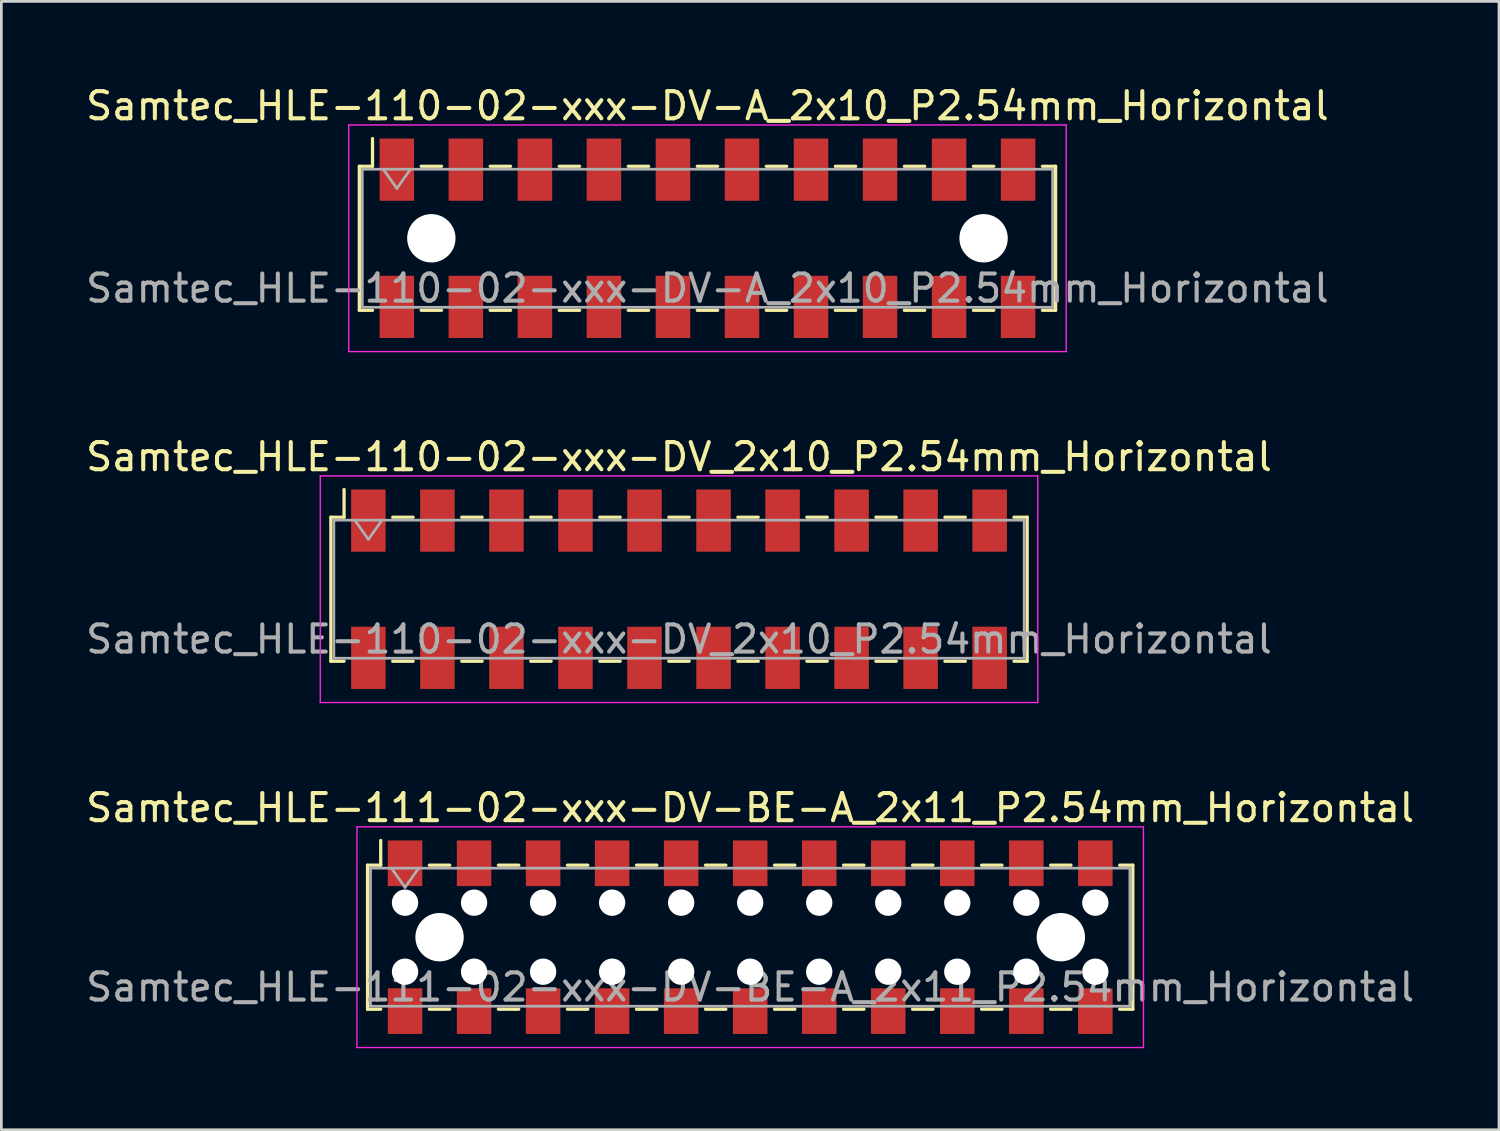
<source format=kicad_pcb>
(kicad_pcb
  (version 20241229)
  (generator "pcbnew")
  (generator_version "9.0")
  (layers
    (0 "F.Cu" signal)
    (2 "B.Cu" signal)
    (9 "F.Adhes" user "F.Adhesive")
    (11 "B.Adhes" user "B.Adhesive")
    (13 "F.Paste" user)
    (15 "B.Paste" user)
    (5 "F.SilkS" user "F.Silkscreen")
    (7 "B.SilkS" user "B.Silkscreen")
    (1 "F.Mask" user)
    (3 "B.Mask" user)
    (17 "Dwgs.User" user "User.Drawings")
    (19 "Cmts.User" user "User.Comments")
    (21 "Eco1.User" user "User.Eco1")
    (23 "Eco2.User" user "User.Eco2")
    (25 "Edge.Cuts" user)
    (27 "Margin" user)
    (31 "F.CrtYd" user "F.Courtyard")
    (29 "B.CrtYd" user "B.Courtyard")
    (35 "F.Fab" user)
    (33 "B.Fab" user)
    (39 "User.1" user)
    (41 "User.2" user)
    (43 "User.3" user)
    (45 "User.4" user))
  (footprint "Samtec_HLE-110-02-xxx-DV-A_2x10_P2.54mm_Horizontal"
    (layer "F.Cu")
    (at 22.982 5.718)
    (property "Reference" "Samtec_HLE-110-02-xxx-DV-A_2x10_P2.54mm_Horizontal" (at 0 -4.87 0) (layer "F.SilkS") (effects (font (size 1 1) (thickness 0.15))))
    (attr smd)
    (fp_line (start -12.81 -2.65) (end -12.81 2.65) (stroke (width 0.12) (type solid)) (layer "F.SilkS"))
    (fp_line (start -12.81 2.65) (end -12.325 2.65) (stroke (width 0.12) (type solid)) (layer "F.SilkS"))
    (fp_line (start -12.325 -3.67) (end -12.325 -2.65) (stroke (width 0.12) (type solid)) (layer "F.SilkS"))
    (fp_line (start -12.325 -2.65) (end -12.81 -2.65) (stroke (width 0.12) (type solid)) (layer "F.SilkS"))
    (fp_line (start -10.535 -2.65) (end -9.785 -2.65) (stroke (width 0.12) (type solid)) (layer "F.SilkS"))
    (fp_line (start -10.535 2.65) (end -9.785 2.65) (stroke (width 0.12) (type solid)) (layer "F.SilkS"))
    (fp_line (start -7.995 -2.65) (end -7.245 -2.65) (stroke (width 0.12) (type solid)) (layer "F.SilkS"))
    (fp_line (start -7.995 2.65) (end -7.245 2.65) (stroke (width 0.12) (type solid)) (layer "F.SilkS"))
    (fp_line (start -5.455 -2.65) (end -4.705 -2.65) (stroke (width 0.12) (type solid)) (layer "F.SilkS"))
    (fp_line (start -5.455 2.65) (end -4.705 2.65) (stroke (width 0.12) (type solid)) (layer "F.SilkS"))
    (fp_line (start -2.915 -2.65) (end -2.165 -2.65) (stroke (width 0.12) (type solid)) (layer "F.SilkS"))
    (fp_line (start -2.915 2.65) (end -2.165 2.65) (stroke (width 0.12) (type solid)) (layer "F.SilkS"))
    (fp_line (start -0.375 -2.65) (end 0.375 -2.65) (stroke (width 0.12) (type solid)) (layer "F.SilkS"))
    (fp_line (start -0.375 2.65) (end 0.375 2.65) (stroke (width 0.12) (type solid)) (layer "F.SilkS"))
    (fp_line (start 2.165 -2.65) (end 2.915 -2.65) (stroke (width 0.12) (type solid)) (layer "F.SilkS"))
    (fp_line (start 2.165 2.65) (end 2.915 2.65) (stroke (width 0.12) (type solid)) (layer "F.SilkS"))
    (fp_line (start 4.705 -2.65) (end 5.455 -2.65) (stroke (width 0.12) (type solid)) (layer "F.SilkS"))
    (fp_line (start 4.705 2.65) (end 5.455 2.65) (stroke (width 0.12) (type solid)) (layer "F.SilkS"))
    (fp_line (start 7.245 -2.65) (end 7.995 -2.65) (stroke (width 0.12) (type solid)) (layer "F.SilkS"))
    (fp_line (start 7.245 2.65) (end 7.995 2.65) (stroke (width 0.12) (type solid)) (layer "F.SilkS"))
    (fp_line (start 9.785 -2.65) (end 10.535 -2.65) (stroke (width 0.12) (type solid)) (layer "F.SilkS"))
    (fp_line (start 9.785 2.65) (end 10.535 2.65) (stroke (width 0.12) (type solid)) (layer "F.SilkS"))
    (fp_line (start 12.325 -2.65) (end 12.81 -2.65) (stroke (width 0.12) (type solid)) (layer "F.SilkS"))
    (fp_line (start 12.81 -2.65) (end 12.81 2.65) (stroke (width 0.12) (type solid)) (layer "F.SilkS"))
    (fp_line (start 12.81 2.65) (end 12.325 2.65) (stroke (width 0.12) (type solid)) (layer "F.SilkS"))
    (fp_line (start -13.2 -4.17) (end 13.2 -4.17) (stroke (width 0.05) (type solid)) (layer "F.CrtYd"))
    (fp_line (start -13.2 4.17) (end -13.2 -4.17) (stroke (width 0.05) (type solid)) (layer "F.CrtYd"))
    (fp_line (start 13.2 -4.17) (end 13.2 4.17) (stroke (width 0.05) (type solid)) (layer "F.CrtYd"))
    (fp_line (start 13.2 4.17) (end -13.2 4.17) (stroke (width 0.05) (type solid)) (layer "F.CrtYd"))
    (fp_line (start -12.7 -2.54) (end 12.7 -2.54) (stroke (width 0.1) (type solid)) (layer "F.Fab"))
    (fp_line (start -12.7 2.54) (end -12.7 -2.54) (stroke (width 0.1) (type solid)) (layer "F.Fab"))
    (fp_line (start -11.93 -2.54) (end -11.43 -1.833) (stroke (width 0.1) (type solid)) (layer "F.Fab"))
    (fp_line (start -11.43 -1.833) (end -10.93 -2.54) (stroke (width 0.1) (type solid)) (layer "F.Fab"))
    (fp_line (start 12.7 -2.54) (end 12.7 2.54) (stroke (width 0.1) (type solid)) (layer "F.Fab"))
    (fp_line (start 12.7 2.54) (end -12.7 2.54) (stroke (width 0.1) (type solid)) (layer "F.Fab"))
    (fp_text user "${REFERENCE}" (at 0 1.84 0) (layer "F.Fab") (effects (font (size 1 1) (thickness 0.15))))
    (pad "" np_thru_hole circle (at -10.16 0) (size 1.78 1.78) (drill 1.78) (layers "*.Cu" "*.Mask"))
    (pad "" np_thru_hole circle (at 10.16 0) (size 1.78 1.78) (drill 1.78) (layers "*.Cu" "*.Mask"))
    (pad "1" smd rect (at -11.43 -2.525) (size 1.27 2.29) (layers "F.Cu" "F.Mask" "F.Paste"))
    (pad "2" smd rect (at -11.43 2.525) (size 1.27 2.29) (layers "F.Cu" "F.Mask" "F.Paste"))
    (pad "3" smd rect (at -8.89 -2.525) (size 1.27 2.29) (layers "F.Cu" "F.Mask" "F.Paste"))
    (pad "4" smd rect (at -8.89 2.525) (size 1.27 2.29) (layers "F.Cu" "F.Mask" "F.Paste"))
    (pad "5" smd rect (at -6.35 -2.525) (size 1.27 2.29) (layers "F.Cu" "F.Mask" "F.Paste"))
    (pad "6" smd rect (at -6.35 2.525) (size 1.27 2.29) (layers "F.Cu" "F.Mask" "F.Paste"))
    (pad "7" smd rect (at -3.81 -2.525) (size 1.27 2.29) (layers "F.Cu" "F.Mask" "F.Paste"))
    (pad "8" smd rect (at -3.81 2.525) (size 1.27 2.29) (layers "F.Cu" "F.Mask" "F.Paste"))
    (pad "9" smd rect (at -1.27 -2.525) (size 1.27 2.29) (layers "F.Cu" "F.Mask" "F.Paste"))
    (pad "10" smd rect (at -1.27 2.525) (size 1.27 2.29) (layers "F.Cu" "F.Mask" "F.Paste"))
    (pad "11" smd rect (at 1.27 -2.525) (size 1.27 2.29) (layers "F.Cu" "F.Mask" "F.Paste"))
    (pad "12" smd rect (at 1.27 2.525) (size 1.27 2.29) (layers "F.Cu" "F.Mask" "F.Paste"))
    (pad "13" smd rect (at 3.81 -2.525) (size 1.27 2.29) (layers "F.Cu" "F.Mask" "F.Paste"))
    (pad "14" smd rect (at 3.81 2.525) (size 1.27 2.29) (layers "F.Cu" "F.Mask" "F.Paste"))
    (pad "15" smd rect (at 6.35 -2.525) (size 1.27 2.29) (layers "F.Cu" "F.Mask" "F.Paste"))
    (pad "16" smd rect (at 6.35 2.525) (size 1.27 2.29) (layers "F.Cu" "F.Mask" "F.Paste"))
    (pad "17" smd rect (at 8.89 -2.525) (size 1.27 2.29) (layers "F.Cu" "F.Mask" "F.Paste"))
    (pad "18" smd rect (at 8.89 2.525) (size 1.27 2.29) (layers "F.Cu" "F.Mask" "F.Paste"))
    (pad "19" smd rect (at 11.43 -2.525) (size 1.27 2.29) (layers "F.Cu" "F.Mask" "F.Paste"))
    (pad "20" smd rect (at 11.43 2.525) (size 1.27 2.29) (layers "F.Cu" "F.Mask" "F.Paste")))
  (footprint "Samtec_HLE-110-02-xxx-DV_2x10_P2.54mm_Horizontal"
    (layer "F.Cu")
    (at 21.935 18.631)
    (property "Reference" "Samtec_HLE-110-02-xxx-DV_2x10_P2.54mm_Horizontal" (at 0 -4.87 0) (layer "F.SilkS") (effects (font (size 1 1) (thickness 0.15))))
    (attr smd)
    (fp_line (start -12.81 -2.65) (end -12.81 2.65) (stroke (width 0.12) (type solid)) (layer "F.SilkS"))
    (fp_line (start -12.81 2.65) (end -12.325 2.65) (stroke (width 0.12) (type solid)) (layer "F.SilkS"))
    (fp_line (start -12.325 -3.67) (end -12.325 -2.65) (stroke (width 0.12) (type solid)) (layer "F.SilkS"))
    (fp_line (start -12.325 -2.65) (end -12.81 -2.65) (stroke (width 0.12) (type solid)) (layer "F.SilkS"))
    (fp_line (start -10.535 -2.65) (end -9.785 -2.65) (stroke (width 0.12) (type solid)) (layer "F.SilkS"))
    (fp_line (start -10.535 2.65) (end -9.785 2.65) (stroke (width 0.12) (type solid)) (layer "F.SilkS"))
    (fp_line (start -7.995 -2.65) (end -7.245 -2.65) (stroke (width 0.12) (type solid)) (layer "F.SilkS"))
    (fp_line (start -7.995 2.65) (end -7.245 2.65) (stroke (width 0.12) (type solid)) (layer "F.SilkS"))
    (fp_line (start -5.455 -2.65) (end -4.705 -2.65) (stroke (width 0.12) (type solid)) (layer "F.SilkS"))
    (fp_line (start -5.455 2.65) (end -4.705 2.65) (stroke (width 0.12) (type solid)) (layer "F.SilkS"))
    (fp_line (start -2.915 -2.65) (end -2.165 -2.65) (stroke (width 0.12) (type solid)) (layer "F.SilkS"))
    (fp_line (start -2.915 2.65) (end -2.165 2.65) (stroke (width 0.12) (type solid)) (layer "F.SilkS"))
    (fp_line (start -0.375 -2.65) (end 0.375 -2.65) (stroke (width 0.12) (type solid)) (layer "F.SilkS"))
    (fp_line (start -0.375 2.65) (end 0.375 2.65) (stroke (width 0.12) (type solid)) (layer "F.SilkS"))
    (fp_line (start 2.165 -2.65) (end 2.915 -2.65) (stroke (width 0.12) (type solid)) (layer "F.SilkS"))
    (fp_line (start 2.165 2.65) (end 2.915 2.65) (stroke (width 0.12) (type solid)) (layer "F.SilkS"))
    (fp_line (start 4.705 -2.65) (end 5.455 -2.65) (stroke (width 0.12) (type solid)) (layer "F.SilkS"))
    (fp_line (start 4.705 2.65) (end 5.455 2.65) (stroke (width 0.12) (type solid)) (layer "F.SilkS"))
    (fp_line (start 7.245 -2.65) (end 7.995 -2.65) (stroke (width 0.12) (type solid)) (layer "F.SilkS"))
    (fp_line (start 7.245 2.65) (end 7.995 2.65) (stroke (width 0.12) (type solid)) (layer "F.SilkS"))
    (fp_line (start 9.785 -2.65) (end 10.535 -2.65) (stroke (width 0.12) (type solid)) (layer "F.SilkS"))
    (fp_line (start 9.785 2.65) (end 10.535 2.65) (stroke (width 0.12) (type solid)) (layer "F.SilkS"))
    (fp_line (start 12.325 -2.65) (end 12.81 -2.65) (stroke (width 0.12) (type solid)) (layer "F.SilkS"))
    (fp_line (start 12.81 -2.65) (end 12.81 2.65) (stroke (width 0.12) (type solid)) (layer "F.SilkS"))
    (fp_line (start 12.81 2.65) (end 12.325 2.65) (stroke (width 0.12) (type solid)) (layer "F.SilkS"))
    (fp_line (start -13.2 -4.17) (end 13.2 -4.17) (stroke (width 0.05) (type solid)) (layer "F.CrtYd"))
    (fp_line (start -13.2 4.17) (end -13.2 -4.17) (stroke (width 0.05) (type solid)) (layer "F.CrtYd"))
    (fp_line (start 13.2 -4.17) (end 13.2 4.17) (stroke (width 0.05) (type solid)) (layer "F.CrtYd"))
    (fp_line (start 13.2 4.17) (end -13.2 4.17) (stroke (width 0.05) (type solid)) (layer "F.CrtYd"))
    (fp_line (start -12.7 -2.54) (end 12.7 -2.54) (stroke (width 0.1) (type solid)) (layer "F.Fab"))
    (fp_line (start -12.7 2.54) (end -12.7 -2.54) (stroke (width 0.1) (type solid)) (layer "F.Fab"))
    (fp_line (start -11.93 -2.54) (end -11.43 -1.833) (stroke (width 0.1) (type solid)) (layer "F.Fab"))
    (fp_line (start -11.43 -1.833) (end -10.93 -2.54) (stroke (width 0.1) (type solid)) (layer "F.Fab"))
    (fp_line (start 12.7 -2.54) (end 12.7 2.54) (stroke (width 0.1) (type solid)) (layer "F.Fab"))
    (fp_line (start 12.7 2.54) (end -12.7 2.54) (stroke (width 0.1) (type solid)) (layer "F.Fab"))
    (fp_text user "${REFERENCE}" (at 0 1.84 0) (layer "F.Fab") (effects (font (size 1 1) (thickness 0.15))))
    (pad "1" smd rect (at -11.43 -2.525) (size 1.27 2.29) (layers "F.Cu" "F.Mask" "F.Paste"))
    (pad "2" smd rect (at -11.43 2.525) (size 1.27 2.29) (layers "F.Cu" "F.Mask" "F.Paste"))
    (pad "3" smd rect (at -8.89 -2.525) (size 1.27 2.29) (layers "F.Cu" "F.Mask" "F.Paste"))
    (pad "4" smd rect (at -8.89 2.525) (size 1.27 2.29) (layers "F.Cu" "F.Mask" "F.Paste"))
    (pad "5" smd rect (at -6.35 -2.525) (size 1.27 2.29) (layers "F.Cu" "F.Mask" "F.Paste"))
    (pad "6" smd rect (at -6.35 2.525) (size 1.27 2.29) (layers "F.Cu" "F.Mask" "F.Paste"))
    (pad "7" smd rect (at -3.81 -2.525) (size 1.27 2.29) (layers "F.Cu" "F.Mask" "F.Paste"))
    (pad "8" smd rect (at -3.81 2.525) (size 1.27 2.29) (layers "F.Cu" "F.Mask" "F.Paste"))
    (pad "9" smd rect (at -1.27 -2.525) (size 1.27 2.29) (layers "F.Cu" "F.Mask" "F.Paste"))
    (pad "10" smd rect (at -1.27 2.525) (size 1.27 2.29) (layers "F.Cu" "F.Mask" "F.Paste"))
    (pad "11" smd rect (at 1.27 -2.525) (size 1.27 2.29) (layers "F.Cu" "F.Mask" "F.Paste"))
    (pad "12" smd rect (at 1.27 2.525) (size 1.27 2.29) (layers "F.Cu" "F.Mask" "F.Paste"))
    (pad "13" smd rect (at 3.81 -2.525) (size 1.27 2.29) (layers "F.Cu" "F.Mask" "F.Paste"))
    (pad "14" smd rect (at 3.81 2.525) (size 1.27 2.29) (layers "F.Cu" "F.Mask" "F.Paste"))
    (pad "15" smd rect (at 6.35 -2.525) (size 1.27 2.29) (layers "F.Cu" "F.Mask" "F.Paste"))
    (pad "16" smd rect (at 6.35 2.525) (size 1.27 2.29) (layers "F.Cu" "F.Mask" "F.Paste"))
    (pad "17" smd rect (at 8.89 -2.525) (size 1.27 2.29) (layers "F.Cu" "F.Mask" "F.Paste"))
    (pad "18" smd rect (at 8.89 2.525) (size 1.27 2.29) (layers "F.Cu" "F.Mask" "F.Paste"))
    (pad "19" smd rect (at 11.43 -2.525) (size 1.27 2.29) (layers "F.Cu" "F.Mask" "F.Paste"))
    (pad "20" smd rect (at 11.43 2.525) (size 1.27 2.29) (layers "F.Cu" "F.Mask" "F.Paste")))
  (footprint "Samtec_HLE-111-02-xxx-DV-BE-A_2x11_P2.54mm_Horizontal"
    (layer "F.Cu")
    (at 24.554 31.435)
    (property "Reference" "Samtec_HLE-111-02-xxx-DV-BE-A_2x11_P2.54mm_Horizontal" (at 0 -4.76 0) (layer "F.SilkS") (effects (font (size 1 1) (thickness 0.15))))
    (attr smd)
    (fp_line (start -14.08 -2.65) (end -14.08 2.65) (stroke (width 0.12) (type solid)) (layer "F.SilkS"))
    (fp_line (start -14.08 2.65) (end -13.595 2.65) (stroke (width 0.12) (type solid)) (layer "F.SilkS"))
    (fp_line (start -13.595 -3.56) (end -13.595 -2.65) (stroke (width 0.12) (type solid)) (layer "F.SilkS"))
    (fp_line (start -13.595 -2.65) (end -14.08 -2.65) (stroke (width 0.12) (type solid)) (layer "F.SilkS"))
    (fp_line (start -11.805 -2.65) (end -11.055 -2.65) (stroke (width 0.12) (type solid)) (layer "F.SilkS"))
    (fp_line (start -11.805 2.65) (end -11.055 2.65) (stroke (width 0.12) (type solid)) (layer "F.SilkS"))
    (fp_line (start -9.265 -2.65) (end -8.515 -2.65) (stroke (width 0.12) (type solid)) (layer "F.SilkS"))
    (fp_line (start -9.265 2.65) (end -8.515 2.65) (stroke (width 0.12) (type solid)) (layer "F.SilkS"))
    (fp_line (start -6.725 -2.65) (end -5.975 -2.65) (stroke (width 0.12) (type solid)) (layer "F.SilkS"))
    (fp_line (start -6.725 2.65) (end -5.975 2.65) (stroke (width 0.12) (type solid)) (layer "F.SilkS"))
    (fp_line (start -4.185 -2.65) (end -3.435 -2.65) (stroke (width 0.12) (type solid)) (layer "F.SilkS"))
    (fp_line (start -4.185 2.65) (end -3.435 2.65) (stroke (width 0.12) (type solid)) (layer "F.SilkS"))
    (fp_line (start -1.645 -2.65) (end -0.895 -2.65) (stroke (width 0.12) (type solid)) (layer "F.SilkS"))
    (fp_line (start -1.645 2.65) (end -0.895 2.65) (stroke (width 0.12) (type solid)) (layer "F.SilkS"))
    (fp_line (start 0.895 -2.65) (end 1.645 -2.65) (stroke (width 0.12) (type solid)) (layer "F.SilkS"))
    (fp_line (start 0.895 2.65) (end 1.645 2.65) (stroke (width 0.12) (type solid)) (layer "F.SilkS"))
    (fp_line (start 3.435 -2.65) (end 4.185 -2.65) (stroke (width 0.12) (type solid)) (layer "F.SilkS"))
    (fp_line (start 3.435 2.65) (end 4.185 2.65) (stroke (width 0.12) (type solid)) (layer "F.SilkS"))
    (fp_line (start 5.975 -2.65) (end 6.725 -2.65) (stroke (width 0.12) (type solid)) (layer "F.SilkS"))
    (fp_line (start 5.975 2.65) (end 6.725 2.65) (stroke (width 0.12) (type solid)) (layer "F.SilkS"))
    (fp_line (start 8.515 -2.65) (end 9.265 -2.65) (stroke (width 0.12) (type solid)) (layer "F.SilkS"))
    (fp_line (start 8.515 2.65) (end 9.265 2.65) (stroke (width 0.12) (type solid)) (layer "F.SilkS"))
    (fp_line (start 11.055 -2.65) (end 11.805 -2.65) (stroke (width 0.12) (type solid)) (layer "F.SilkS"))
    (fp_line (start 11.055 2.65) (end 11.805 2.65) (stroke (width 0.12) (type solid)) (layer "F.SilkS"))
    (fp_line (start 13.595 -2.65) (end 14.08 -2.65) (stroke (width 0.12) (type solid)) (layer "F.SilkS"))
    (fp_line (start 14.08 -2.65) (end 14.08 2.65) (stroke (width 0.12) (type solid)) (layer "F.SilkS"))
    (fp_line (start 14.08 2.65) (end 13.595 2.65) (stroke (width 0.12) (type solid)) (layer "F.SilkS"))
    (fp_line (start -14.47 -4.06) (end 14.47 -4.06) (stroke (width 0.05) (type solid)) (layer "F.CrtYd"))
    (fp_line (start -14.47 4.06) (end -14.47 -4.06) (stroke (width 0.05) (type solid)) (layer "F.CrtYd"))
    (fp_line (start 14.47 -4.06) (end 14.47 4.06) (stroke (width 0.05) (type solid)) (layer "F.CrtYd"))
    (fp_line (start 14.47 4.06) (end -14.47 4.06) (stroke (width 0.05) (type solid)) (layer "F.CrtYd"))
    (fp_line (start -13.97 -2.54) (end 13.97 -2.54) (stroke (width 0.1) (type solid)) (layer "F.Fab"))
    (fp_line (start -13.97 2.54) (end -13.97 -2.54) (stroke (width 0.1) (type solid)) (layer "F.Fab"))
    (fp_line (start -13.2 -2.54) (end -12.7 -1.833) (stroke (width 0.1) (type solid)) (layer "F.Fab"))
    (fp_line (start -12.7 -1.833) (end -12.2 -2.54) (stroke (width 0.1) (type solid)) (layer "F.Fab"))
    (fp_line (start 13.97 -2.54) (end 13.97 2.54) (stroke (width 0.1) (type solid)) (layer "F.Fab"))
    (fp_line (start 13.97 2.54) (end -13.97 2.54) (stroke (width 0.1) (type solid)) (layer "F.Fab"))
    (fp_text user "${REFERENCE}" (at 0 1.84 0) (layer "F.Fab") (effects (font (size 1 1) (thickness 0.15))))
    (pad "" np_thru_hole circle (at -12.7 -1.27) (size 0.97 0.97) (drill 0.97) (layers "*.Cu" "*.Mask"))
    (pad "" np_thru_hole circle (at -12.7 1.27) (size 0.97 0.97) (drill 0.97) (layers "*.Cu" "*.Mask"))
    (pad "" np_thru_hole circle (at -11.43 0) (size 1.78 1.78) (drill 1.78) (layers "*.Cu" "*.Mask"))
    (pad "" np_thru_hole circle (at -10.16 -1.27) (size 0.97 0.97) (drill 0.97) (layers "*.Cu" "*.Mask"))
    (pad "" np_thru_hole circle (at -10.16 1.27) (size 0.97 0.97) (drill 0.97) (layers "*.Cu" "*.Mask"))
    (pad "" np_thru_hole circle (at -7.62 -1.27) (size 0.97 0.97) (drill 0.97) (layers "*.Cu" "*.Mask"))
    (pad "" np_thru_hole circle (at -7.62 1.27) (size 0.97 0.97) (drill 0.97) (layers "*.Cu" "*.Mask"))
    (pad "" np_thru_hole circle (at -5.08 -1.27) (size 0.97 0.97) (drill 0.97) (layers "*.Cu" "*.Mask"))
    (pad "" np_thru_hole circle (at -5.08 1.27) (size 0.97 0.97) (drill 0.97) (layers "*.Cu" "*.Mask"))
    (pad "" np_thru_hole circle (at -2.54 -1.27) (size 0.97 0.97) (drill 0.97) (layers "*.Cu" "*.Mask"))
    (pad "" np_thru_hole circle (at -2.54 1.27) (size 0.97 0.97) (drill 0.97) (layers "*.Cu" "*.Mask"))
    (pad "" np_thru_hole circle (at 0 -1.27) (size 0.97 0.97) (drill 0.97) (layers "*.Cu" "*.Mask"))
    (pad "" np_thru_hole circle (at 0 1.27) (size 0.97 0.97) (drill 0.97) (layers "*.Cu" "*.Mask"))
    (pad "" np_thru_hole circle (at 2.54 -1.27) (size 0.97 0.97) (drill 0.97) (layers "*.Cu" "*.Mask"))
    (pad "" np_thru_hole circle (at 2.54 1.27) (size 0.97 0.97) (drill 0.97) (layers "*.Cu" "*.Mask"))
    (pad "" np_thru_hole circle (at 5.08 -1.27) (size 0.97 0.97) (drill 0.97) (layers "*.Cu" "*.Mask"))
    (pad "" np_thru_hole circle (at 5.08 1.27) (size 0.97 0.97) (drill 0.97) (layers "*.Cu" "*.Mask"))
    (pad "" np_thru_hole circle (at 7.62 -1.27) (size 0.97 0.97) (drill 0.97) (layers "*.Cu" "*.Mask"))
    (pad "" np_thru_hole circle (at 7.62 1.27) (size 0.97 0.97) (drill 0.97) (layers "*.Cu" "*.Mask"))
    (pad "" np_thru_hole circle (at 10.16 -1.27) (size 0.97 0.97) (drill 0.97) (layers "*.Cu" "*.Mask"))
    (pad "" np_thru_hole circle (at 10.16 1.27) (size 0.97 0.97) (drill 0.97) (layers "*.Cu" "*.Mask"))
    (pad "" np_thru_hole circle (at 11.43 0) (size 1.78 1.78) (drill 1.78) (layers "*.Cu" "*.Mask"))
    (pad "" np_thru_hole circle (at 12.7 -1.27) (size 0.97 0.97) (drill 0.97) (layers "*.Cu" "*.Mask"))
    (pad "" np_thru_hole circle (at 12.7 1.27) (size 0.97 0.97) (drill 0.97) (layers "*.Cu" "*.Mask"))
    (pad "1" smd rect (at -12.7 -2.72) (size 1.27 1.68) (layers "F.Cu" "F.Mask" "F.Paste"))
    (pad "2" smd rect (at -12.7 2.72) (size 1.27 1.68) (layers "F.Cu" "F.Mask" "F.Paste"))
    (pad "3" smd rect (at -10.16 -2.72) (size 1.27 1.68) (layers "F.Cu" "F.Mask" "F.Paste"))
    (pad "4" smd rect (at -10.16 2.72) (size 1.27 1.68) (layers "F.Cu" "F.Mask" "F.Paste"))
    (pad "5" smd rect (at -7.62 -2.72) (size 1.27 1.68) (layers "F.Cu" "F.Mask" "F.Paste"))
    (pad "6" smd rect (at -7.62 2.72) (size 1.27 1.68) (layers "F.Cu" "F.Mask" "F.Paste"))
    (pad "7" smd rect (at -5.08 -2.72) (size 1.27 1.68) (layers "F.Cu" "F.Mask" "F.Paste"))
    (pad "8" smd rect (at -5.08 2.72) (size 1.27 1.68) (layers "F.Cu" "F.Mask" "F.Paste"))
    (pad "9" smd rect (at -2.54 -2.72) (size 1.27 1.68) (layers "F.Cu" "F.Mask" "F.Paste"))
    (pad "10" smd rect (at -2.54 2.72) (size 1.27 1.68) (layers "F.Cu" "F.Mask" "F.Paste"))
    (pad "11" smd rect (at 0 -2.72) (size 1.27 1.68) (layers "F.Cu" "F.Mask" "F.Paste"))
    (pad "12" smd rect (at 0 2.72) (size 1.27 1.68) (layers "F.Cu" "F.Mask" "F.Paste"))
    (pad "13" smd rect (at 2.54 -2.72) (size 1.27 1.68) (layers "F.Cu" "F.Mask" "F.Paste"))
    (pad "14" smd rect (at 2.54 2.72) (size 1.27 1.68) (layers "F.Cu" "F.Mask" "F.Paste"))
    (pad "15" smd rect (at 5.08 -2.72) (size 1.27 1.68) (layers "F.Cu" "F.Mask" "F.Paste"))
    (pad "16" smd rect (at 5.08 2.72) (size 1.27 1.68) (layers "F.Cu" "F.Mask" "F.Paste"))
    (pad "17" smd rect (at 7.62 -2.72) (size 1.27 1.68) (layers "F.Cu" "F.Mask" "F.Paste"))
    (pad "18" smd rect (at 7.62 2.72) (size 1.27 1.68) (layers "F.Cu" "F.Mask" "F.Paste"))
    (pad "19" smd rect (at 10.16 -2.72) (size 1.27 1.68) (layers "F.Cu" "F.Mask" "F.Paste"))
    (pad "20" smd rect (at 10.16 2.72) (size 1.27 1.68) (layers "F.Cu" "F.Mask" "F.Paste"))
    (pad "21" smd rect (at 12.7 -2.72) (size 1.27 1.68) (layers "F.Cu" "F.Mask" "F.Paste"))
    (pad "22" smd rect (at 12.7 2.72) (size 1.27 1.68) (layers "F.Cu" "F.Mask" "F.Paste")))
  (gr_rect
    (start -3 -3)
    (end 52.107 38.52)
    (stroke (width 0.1) (type default))
    (fill no)
    (layer "Edge.Cuts")))
</source>
